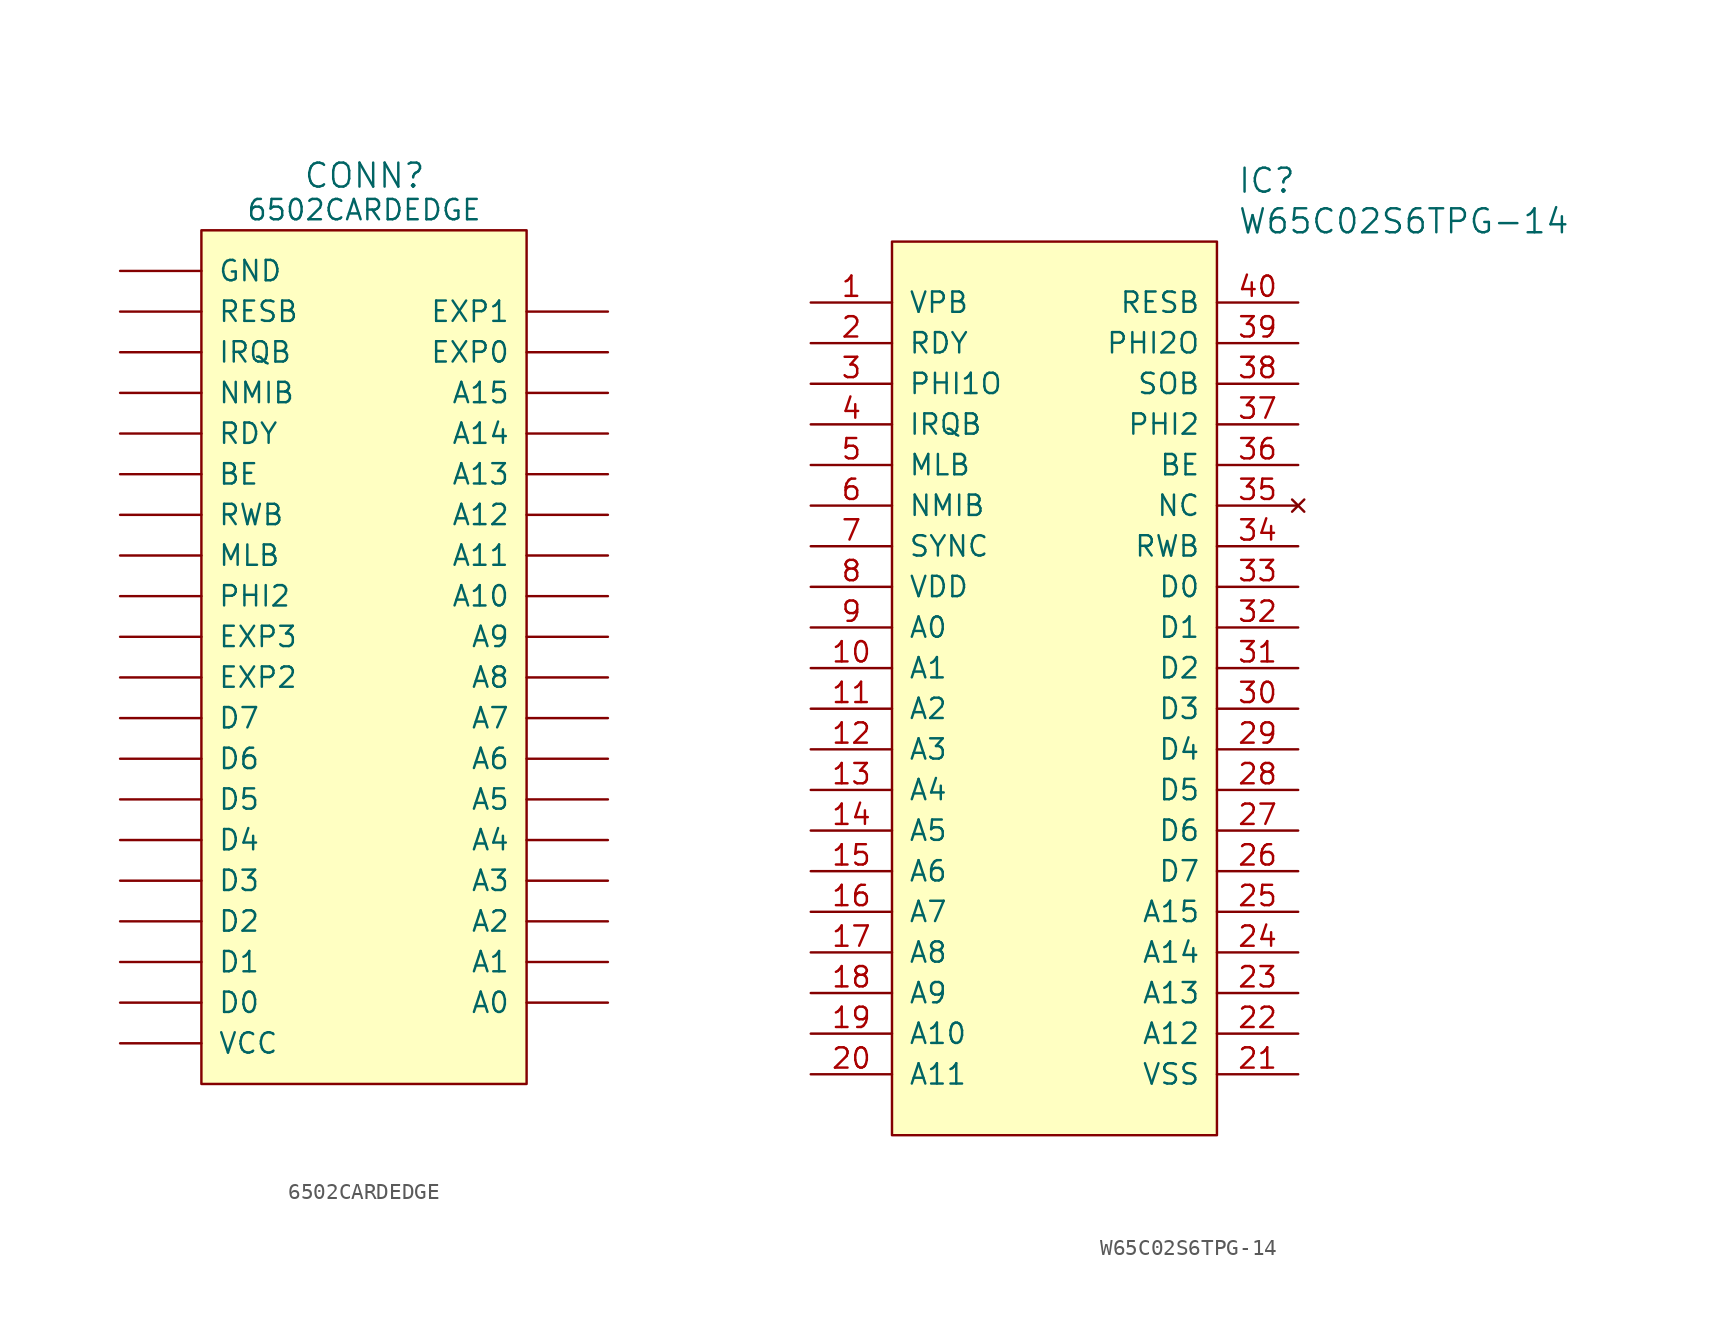
<source format=kicad_sym>
(kicad_symbol_lib
  (version 20231120)
  (generator "kicad_symbol_editor")
  (generator_version "8.0")
  (symbol "6502CARDEDGE"
    (pin_names
      (offset 1.016))
    (property "Reference" "CONN"
      (at -3.81 27.94 0)
      (effects (font (size 1.499 1.499)) (justify left bottom)))
    (property "Value" "6502CARDEDGE"
      (at 0 26.67 0)
      (effects (font (size 1.27 1.27))))
    (property "ki_locked" ""
      (at 0 0 0)
      (effects (font (size 1.27 1.27))))
    (symbol "6502CARDEDGE_1_0"
      (rectangle (start -10.16 25.4) (end 10.16 -27.94) (stroke (width 0) (type solid)) (fill (type background)))
      (pin bidirectional line (at 15.24 -22.86 180) (length 5.08) (name "A0" (effects (font (size 1.27 1.27)))) (number "A0" (effects (font (size 0 0)))))
      (pin bidirectional line (at 15.24 -20.32 180) (length 5.08) (name "A1" (effects (font (size 1.27 1.27)))) (number "A1" (effects (font (size 0 0)))))
      (pin bidirectional line (at 15.24 2.54 180) (length 5.08) (name "A10" (effects (font (size 1.27 1.27)))) (number "A10" (effects (font (size 0 0)))))
      (pin bidirectional line (at 15.24 5.08 180) (length 5.08) (name "A11" (effects (font (size 1.27 1.27)))) (number "A11" (effects (font (size 0 0)))))
      (pin bidirectional line (at 15.24 7.62 180) (length 5.08) (name "A12" (effects (font (size 1.27 1.27)))) (number "A12" (effects (font (size 0 0)))))
      (pin bidirectional line (at 15.24 10.16 180) (length 5.08) (name "A13" (effects (font (size 1.27 1.27)))) (number "A13" (effects (font (size 0 0)))))
      (pin bidirectional line (at 15.24 12.7 180) (length 5.08) (name "A14" (effects (font (size 1.27 1.27)))) (number "A14" (effects (font (size 0 0)))))
      (pin bidirectional line (at 15.24 15.24 180) (length 5.08) (name "A15" (effects (font (size 1.27 1.27)))) (number "A15" (effects (font (size 0 0)))))
      (pin bidirectional line (at 15.24 -17.78 180) (length 5.08) (name "A2" (effects (font (size 1.27 1.27)))) (number "A2" (effects (font (size 0 0)))))
      (pin bidirectional line (at 15.24 -15.24 180) (length 5.08) (name "A3" (effects (font (size 1.27 1.27)))) (number "A3" (effects (font (size 0 0)))))
      (pin bidirectional line (at 15.24 -12.7 180) (length 5.08) (name "A4" (effects (font (size 1.27 1.27)))) (number "A4" (effects (font (size 0 0)))))
      (pin bidirectional line (at 15.24 -10.16 180) (length 5.08) (name "A5" (effects (font (size 1.27 1.27)))) (number "A5" (effects (font (size 0 0)))))
      (pin bidirectional line (at 15.24 -7.62 180) (length 5.08) (name "A6" (effects (font (size 1.27 1.27)))) (number "A6" (effects (font (size 0 0)))))
      (pin bidirectional line (at 15.24 -5.08 180) (length 5.08) (name "A7" (effects (font (size 1.27 1.27)))) (number "A7" (effects (font (size 0 0)))))
      (pin bidirectional line (at 15.24 -2.54 180) (length 5.08) (name "A8" (effects (font (size 1.27 1.27)))) (number "A8" (effects (font (size 0 0)))))
      (pin bidirectional line (at 15.24 0 180) (length 5.08) (name "A9" (effects (font (size 1.27 1.27)))) (number "A9" (effects (font (size 0 0)))))
      (pin bidirectional line (at -15.24 10.16 0) (length 5.08) (name "BE" (effects (font (size 1.27 1.27)))) (number "BE" (effects (font (size 0 0)))))
      (pin bidirectional line (at -15.24 -22.86 0) (length 5.08) (name "D0" (effects (font (size 1.27 1.27)))) (number "D0" (effects (font (size 0 0)))))
      (pin bidirectional line (at -15.24 -20.32 0) (length 5.08) (name "D1" (effects (font (size 1.27 1.27)))) (number "D1" (effects (font (size 0 0)))))
      (pin bidirectional line (at -15.24 -17.78 0) (length 5.08) (name "D2" (effects (font (size 1.27 1.27)))) (number "D2" (effects (font (size 0 0)))))
      (pin bidirectional line (at -15.24 -15.24 0) (length 5.08) (name "D3" (effects (font (size 1.27 1.27)))) (number "D3" (effects (font (size 0 0)))))
      (pin bidirectional line (at -15.24 -12.7 0) (length 5.08) (name "D4" (effects (font (size 1.27 1.27)))) (number "D4" (effects (font (size 0 0)))))
      (pin bidirectional line (at -15.24 -10.16 0) (length 5.08) (name "D5" (effects (font (size 1.27 1.27)))) (number "D5" (effects (font (size 0 0)))))
      (pin bidirectional line (at -15.24 -7.62 0) (length 5.08) (name "D6" (effects (font (size 1.27 1.27)))) (number "D6" (effects (font (size 0 0)))))
      (pin bidirectional line (at -15.24 -5.08 0) (length 5.08) (name "D7" (effects (font (size 1.27 1.27)))) (number "D7" (effects (font (size 0 0)))))
      (pin bidirectional line (at 15.24 17.78 180) (length 5.08) (name "EXP0" (effects (font (size 1.27 1.27)))) (number "EXP0" (effects (font (size 0 0)))))
      (pin bidirectional line (at 15.24 20.32 180) (length 5.08) (name "EXP1" (effects (font (size 1.27 1.27)))) (number "EXP1" (effects (font (size 0 0)))))
      (pin bidirectional line (at -15.24 -2.54 0) (length 5.08) (name "EXP2" (effects (font (size 1.27 1.27)))) (number "EXP2" (effects (font (size 0 0)))))
      (pin bidirectional line (at -15.24 0 0) (length 5.08) (name "EXP3" (effects (font (size 1.27 1.27)))) (number "EXP3" (effects (font (size 0 0)))))
      (pin power_in line (at -15.24 22.86 0) (length 5.08) (name "GND" (effects (font (size 1.27 1.27)))) (number "GND" (effects (font (size 0 0)))))
      (pin power_in line (at -15.24 22.86 0) (length 5.08) hide (name "GND" (effects (font (size 1.27 1.27)))) (number "GND" (effects (font (size 0 0)))))
      (pin bidirectional line (at -15.24 17.78 0) (length 5.08) (name "IRQB" (effects (font (size 1.27 1.27)))) (number "IRQB" (effects (font (size 0 0)))))
      (pin bidirectional line (at -15.24 5.08 0) (length 5.08) (name "MLB" (effects (font (size 1.27 1.27)))) (number "MLB" (effects (font (size 0 0)))))
      (pin bidirectional line (at -15.24 15.24 0) (length 5.08) (name "NMIB" (effects (font (size 1.27 1.27)))) (number "NMIB" (effects (font (size 0 0)))))
      (pin bidirectional line (at -15.24 2.54 0) (length 5.08) (name "PHI2" (effects (font (size 1.27 1.27)))) (number "PHI2" (effects (font (size 0 0)))))
      (pin bidirectional line (at -15.24 12.7 0) (length 5.08) (name "RDY" (effects (font (size 1.27 1.27)))) (number "RDY" (effects (font (size 0 0)))))
      (pin bidirectional line (at -15.24 20.32 0) (length 5.08) (name "RESB" (effects (font (size 1.27 1.27)))) (number "RESB" (effects (font (size 0 0)))))
      (pin bidirectional line (at -15.24 7.62 0) (length 5.08) (name "RWB" (effects (font (size 1.27 1.27)))) (number "RWB" (effects (font (size 0 0)))))
      (pin power_in line (at -15.24 -25.4 0) (length 5.08) (name "VCC" (effects (font (size 1.27 1.27)))) (number "VCC" (effects (font (size 0 0)))))
      (pin power_in line (at -15.24 -25.4 0) (length 5.08) hide (name "VCC" (effects (font (size 1.27 1.27)))) (number "VCC" (effects (font (size 0 0)))))))
  (symbol "W65C02S6TPG-14"
    (pin_names
      (offset 1.016))
    (property "Reference" "IC"
      (at 26.67 7.62 0)
      (effects (font (size 1.499 1.499)) (justify left)))
    (property "Value" "W65C02S6TPG-14"
      (at 26.67 5.08 0)
      (effects (font (size 1.499 1.499)) (justify left)))
    (property "ki_locked" ""
      (at 0 0 0)
      (effects (font (size 1.27 1.27))))
    (symbol "W65C02S6TPG-14_0_1"
      (rectangle (start 5.08 3.81) (end 25.4 -52.07) (stroke (width 0) (type solid)) (fill (type background))))
    (symbol "W65C02S6TPG-14_1_0"
      (pin bidirectional line (at 0 0 0) (length 5.08) (name "VPB" (effects (font (size 1.27 1.27)))) (number "1" (effects (font (size 1.27 1.27)))))
      (pin output line (at 0 -22.86 0) (length 5.08) (name "A1" (effects (font (size 1.27 1.27)))) (number "10" (effects (font (size 1.27 1.27)))))
      (pin output line (at 0 -25.4 0) (length 5.08) (name "A2" (effects (font (size 1.27 1.27)))) (number "11" (effects (font (size 1.27 1.27)))))
      (pin output line (at 0 -27.94 0) (length 5.08) (name "A3" (effects (font (size 1.27 1.27)))) (number "12" (effects (font (size 1.27 1.27)))))
      (pin output line (at 0 -30.48 0) (length 5.08) (name "A4" (effects (font (size 1.27 1.27)))) (number "13" (effects (font (size 1.27 1.27)))))
      (pin output line (at 0 -33.02 0) (length 5.08) (name "A5" (effects (font (size 1.27 1.27)))) (number "14" (effects (font (size 1.27 1.27)))))
      (pin output line (at 0 -35.56 0) (length 5.08) (name "A6" (effects (font (size 1.27 1.27)))) (number "15" (effects (font (size 1.27 1.27)))))
      (pin output line (at 0 -38.1 0) (length 5.08) (name "A7" (effects (font (size 1.27 1.27)))) (number "16" (effects (font (size 1.27 1.27)))))
      (pin output line (at 0 -40.64 0) (length 5.08) (name "A8" (effects (font (size 1.27 1.27)))) (number "17" (effects (font (size 1.27 1.27)))))
      (pin output line (at 0 -43.18 0) (length 5.08) (name "A9" (effects (font (size 1.27 1.27)))) (number "18" (effects (font (size 1.27 1.27)))))
      (pin output line (at 0 -45.72 0) (length 5.08) (name "A10" (effects (font (size 1.27 1.27)))) (number "19" (effects (font (size 1.27 1.27)))))
      (pin bidirectional line (at 0 -2.54 0) (length 5.08) (name "RDY" (effects (font (size 1.27 1.27)))) (number "2" (effects (font (size 1.27 1.27)))))
      (pin output line (at 0 -48.26 0) (length 5.08) (name "A11" (effects (font (size 1.27 1.27)))) (number "20" (effects (font (size 1.27 1.27)))))
      (pin power_in line (at 30.48 -48.26 180) (length 5.08) (name "VSS" (effects (font (size 1.27 1.27)))) (number "21" (effects (font (size 1.27 1.27)))))
      (pin output line (at 30.48 -45.72 180) (length 5.08) (name "A12" (effects (font (size 1.27 1.27)))) (number "22" (effects (font (size 1.27 1.27)))))
      (pin output line (at 30.48 -43.18 180) (length 5.08) (name "A13" (effects (font (size 1.27 1.27)))) (number "23" (effects (font (size 1.27 1.27)))))
      (pin output line (at 30.48 -40.64 180) (length 5.08) (name "A14" (effects (font (size 1.27 1.27)))) (number "24" (effects (font (size 1.27 1.27)))))
      (pin output line (at 30.48 -38.1 180) (length 5.08) (name "A15" (effects (font (size 1.27 1.27)))) (number "25" (effects (font (size 1.27 1.27)))))
      (pin output line (at 30.48 -35.56 180) (length 5.08) (name "D7" (effects (font (size 1.27 1.27)))) (number "26" (effects (font (size 1.27 1.27)))))
      (pin output line (at 30.48 -33.02 180) (length 5.08) (name "D6" (effects (font (size 1.27 1.27)))) (number "27" (effects (font (size 1.27 1.27)))))
      (pin output line (at 30.48 -30.48 180) (length 5.08) (name "D5" (effects (font (size 1.27 1.27)))) (number "28" (effects (font (size 1.27 1.27)))))
      (pin output line (at 30.48 -27.94 180) (length 5.08) (name "D4" (effects (font (size 1.27 1.27)))) (number "29" (effects (font (size 1.27 1.27)))))
      (pin bidirectional line (at 0 -5.08 0) (length 5.08) (name "PHI1O" (effects (font (size 1.27 1.27)))) (number "3" (effects (font (size 1.27 1.27)))))
      (pin output line (at 30.48 -25.4 180) (length 5.08) (name "D3" (effects (font (size 1.27 1.27)))) (number "30" (effects (font (size 1.27 1.27)))))
      (pin output line (at 30.48 -22.86 180) (length 5.08) (name "D2" (effects (font (size 1.27 1.27)))) (number "31" (effects (font (size 1.27 1.27)))))
      (pin output line (at 30.48 -20.32 180) (length 5.08) (name "D1" (effects (font (size 1.27 1.27)))) (number "32" (effects (font (size 1.27 1.27)))))
      (pin output line (at 30.48 -17.78 180) (length 5.08) (name "D0" (effects (font (size 1.27 1.27)))) (number "33" (effects (font (size 1.27 1.27)))))
      (pin output line (at 30.48 -15.24 180) (length 5.08) (name "RWB" (effects (font (size 1.27 1.27)))) (number "34" (effects (font (size 1.27 1.27)))))
      (pin no_connect line (at 30.48 -12.7 180) (length 5.08) (name "NC" (effects (font (size 1.27 1.27)))) (number "35" (effects (font (size 1.27 1.27)))))
      (pin bidirectional line (at 30.48 -10.16 180) (length 5.08) (name "BE" (effects (font (size 1.27 1.27)))) (number "36" (effects (font (size 1.27 1.27)))))
      (pin bidirectional line (at 30.48 -7.62 180) (length 5.08) (name "PHI2" (effects (font (size 1.27 1.27)))) (number "37" (effects (font (size 1.27 1.27)))))
      (pin bidirectional line (at 30.48 -5.08 180) (length 5.08) (name "SOB" (effects (font (size 1.27 1.27)))) (number "38" (effects (font (size 1.27 1.27)))))
      (pin bidirectional line (at 30.48 -2.54 180) (length 5.08) (name "PHI2O" (effects (font (size 1.27 1.27)))) (number "39" (effects (font (size 1.27 1.27)))))
      (pin input line (at 0 -7.62 0) (length 5.08) (name "IRQB" (effects (font (size 1.27 1.27)))) (number "4" (effects (font (size 1.27 1.27)))))
      (pin input line (at 30.48 0 180) (length 5.08) (name "RESB" (effects (font (size 1.27 1.27)))) (number "40" (effects (font (size 1.27 1.27)))))
      (pin bidirectional line (at 0 -10.16 0) (length 5.08) (name "MLB" (effects (font (size 1.27 1.27)))) (number "5" (effects (font (size 1.27 1.27)))))
      (pin input line (at 0 -12.7 0) (length 5.08) (name "NMIB" (effects (font (size 1.27 1.27)))) (number "6" (effects (font (size 1.27 1.27)))))
      (pin output line (at 0 -15.24 0) (length 5.08) (name "SYNC" (effects (font (size 1.27 1.27)))) (number "7" (effects (font (size 1.27 1.27)))))
      (pin power_in line (at 0 -17.78 0) (length 5.08) (name "VDD" (effects (font (size 1.27 1.27)))) (number "8" (effects (font (size 1.27 1.27)))))
      (pin output line (at 0 -20.32 0) (length 5.08) (name "A0" (effects (font (size 1.27 1.27)))) (number "9" (effects (font (size 1.27 1.27))))))))
</source>
